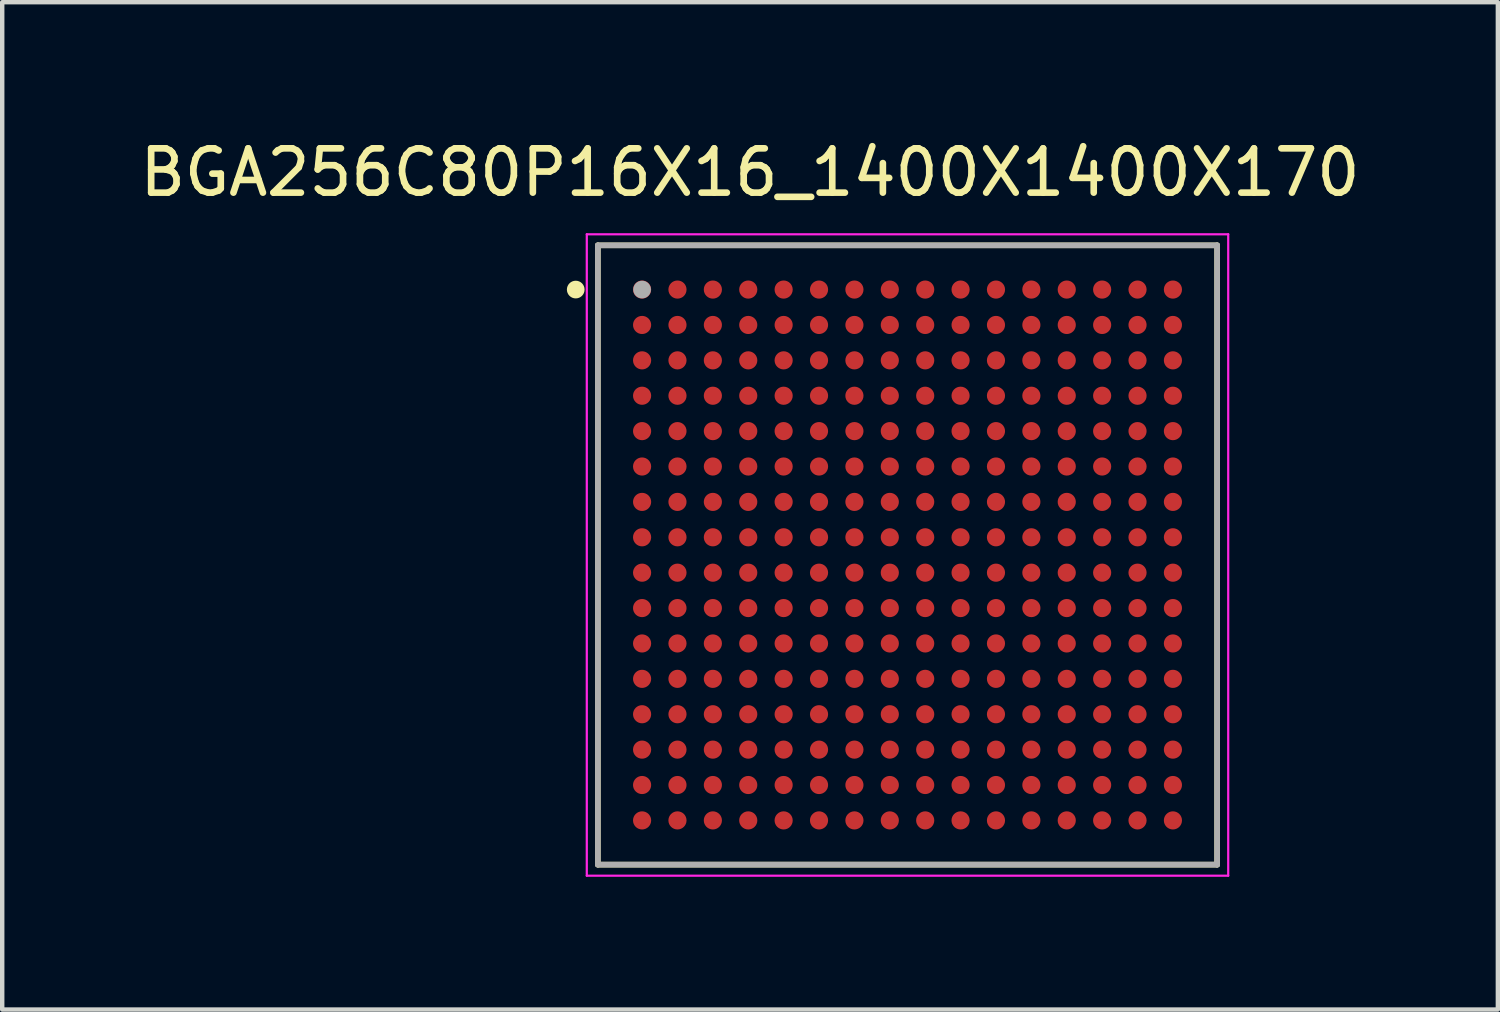
<source format=kicad_pcb>
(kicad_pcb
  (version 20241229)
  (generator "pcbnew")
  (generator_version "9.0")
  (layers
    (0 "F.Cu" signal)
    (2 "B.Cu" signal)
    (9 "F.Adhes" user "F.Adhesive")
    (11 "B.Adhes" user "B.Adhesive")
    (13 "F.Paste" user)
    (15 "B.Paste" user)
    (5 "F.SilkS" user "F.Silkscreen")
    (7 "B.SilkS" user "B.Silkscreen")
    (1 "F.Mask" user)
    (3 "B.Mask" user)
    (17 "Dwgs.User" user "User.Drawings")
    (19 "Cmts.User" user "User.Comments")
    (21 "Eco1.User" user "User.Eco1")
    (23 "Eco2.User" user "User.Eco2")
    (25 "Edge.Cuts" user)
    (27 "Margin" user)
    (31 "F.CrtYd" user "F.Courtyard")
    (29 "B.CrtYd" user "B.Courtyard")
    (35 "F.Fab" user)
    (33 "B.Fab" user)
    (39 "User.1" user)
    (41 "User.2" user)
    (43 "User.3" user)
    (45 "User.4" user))
  (footprint "BGA256C80P16X16_1400X1400X170"
    (layer "F.Cu")
    (at 17.465 9.496)
    (property "Reference" "BGA256C80P16X16_1400X1400X170" (at -3.56 -8.647 0) (layer "F.SilkS") (effects (font (size 1.001 1.001) (thickness 0.15))))
    (attr smd)
    (fp_line (start -7 7) (end -7 -7) (stroke (width 0.127) (type solid)) (layer "F.SilkS"))
    (fp_line (start 7 -7) (end -7 -7) (stroke (width 0.127) (type solid)) (layer "F.SilkS"))
    (fp_line (start 7 7) (end -7 7) (stroke (width 0.127) (type solid)) (layer "F.SilkS"))
    (fp_line (start 7 7) (end 7 -7) (stroke (width 0.127) (type solid)) (layer "F.SilkS"))
    (fp_circle (center -7.5 -6) (end -7.4 -6) (stroke (width 0.2) (type solid)) (fill no) (layer "F.SilkS"))
    (fp_line (start -7.25 -7.25) (end 7.25 -7.25) (stroke (width 0.05) (type solid)) (layer "F.CrtYd"))
    (fp_line (start -7.25 7.25) (end -7.25 -7.25) (stroke (width 0.05) (type solid)) (layer "F.CrtYd"))
    (fp_line (start -7.25 7.25) (end 7.25 7.25) (stroke (width 0.05) (type solid)) (layer "F.CrtYd"))
    (fp_line (start 7.25 7.25) (end 7.25 -7.25) (stroke (width 0.05) (type solid)) (layer "F.CrtYd"))
    (fp_line (start -7 7) (end -7 -7) (stroke (width 0.127) (type solid)) (layer "F.Fab"))
    (fp_line (start 7 -7) (end -7 -7) (stroke (width 0.127) (type solid)) (layer "F.Fab"))
    (fp_line (start 7 7) (end -7 7) (stroke (width 0.127) (type solid)) (layer "F.Fab"))
    (fp_line (start 7 7) (end 7 -7) (stroke (width 0.127) (type solid)) (layer "F.Fab"))
    (fp_circle (center -6 -6) (end -5.9 -6) (stroke (width 0.2) (type solid)) (fill no) (layer "F.Fab"))
    (pad "A1" smd circle (at -6 -6) (size 0.41 0.41) (layers "F.Cu" "F.Mask" "F.Paste"))
    (pad "A2" smd circle (at -5.2 -6) (size 0.41 0.41) (layers "F.Cu" "F.Mask" "F.Paste"))
    (pad "A3" smd circle (at -4.4 -6) (size 0.41 0.41) (layers "F.Cu" "F.Mask" "F.Paste"))
    (pad "A4" smd circle (at -3.6 -6) (size 0.41 0.41) (layers "F.Cu" "F.Mask" "F.Paste"))
    (pad "A5" smd circle (at -2.8 -6) (size 0.41 0.41) (layers "F.Cu" "F.Mask" "F.Paste"))
    (pad "A6" smd circle (at -2 -6) (size 0.41 0.41) (layers "F.Cu" "F.Mask" "F.Paste"))
    (pad "A7" smd circle (at -1.2 -6) (size 0.41 0.41) (layers "F.Cu" "F.Mask" "F.Paste"))
    (pad "A8" smd circle (at -0.4 -6) (size 0.41 0.41) (layers "F.Cu" "F.Mask" "F.Paste"))
    (pad "A9" smd circle (at 0.4 -6) (size 0.41 0.41) (layers "F.Cu" "F.Mask" "F.Paste"))
    (pad "A10" smd circle (at 1.2 -6) (size 0.41 0.41) (layers "F.Cu" "F.Mask" "F.Paste"))
    (pad "A11" smd circle (at 2 -6) (size 0.41 0.41) (layers "F.Cu" "F.Mask" "F.Paste"))
    (pad "A12" smd circle (at 2.8 -6) (size 0.41 0.41) (layers "F.Cu" "F.Mask" "F.Paste"))
    (pad "A13" smd circle (at 3.6 -6) (size 0.41 0.41) (layers "F.Cu" "F.Mask" "F.Paste"))
    (pad "A14" smd circle (at 4.4 -6) (size 0.41 0.41) (layers "F.Cu" "F.Mask" "F.Paste"))
    (pad "A15" smd circle (at 5.2 -6) (size 0.41 0.41) (layers "F.Cu" "F.Mask" "F.Paste"))
    (pad "A16" smd circle (at 6 -6) (size 0.41 0.41) (layers "F.Cu" "F.Mask" "F.Paste"))
    (pad "B1" smd circle (at -6 -5.2) (size 0.41 0.41) (layers "F.Cu" "F.Mask" "F.Paste"))
    (pad "B2" smd circle (at -5.2 -5.2) (size 0.41 0.41) (layers "F.Cu" "F.Mask" "F.Paste"))
    (pad "B3" smd circle (at -4.4 -5.2) (size 0.41 0.41) (layers "F.Cu" "F.Mask" "F.Paste"))
    (pad "B4" smd circle (at -3.6 -5.2) (size 0.41 0.41) (layers "F.Cu" "F.Mask" "F.Paste"))
    (pad "B5" smd circle (at -2.8 -5.2) (size 0.41 0.41) (layers "F.Cu" "F.Mask" "F.Paste"))
    (pad "B6" smd circle (at -2 -5.2) (size 0.41 0.41) (layers "F.Cu" "F.Mask" "F.Paste"))
    (pad "B7" smd circle (at -1.2 -5.2) (size 0.41 0.41) (layers "F.Cu" "F.Mask" "F.Paste"))
    (pad "B8" smd circle (at -0.4 -5.2) (size 0.41 0.41) (layers "F.Cu" "F.Mask" "F.Paste"))
    (pad "B9" smd circle (at 0.4 -5.2) (size 0.41 0.41) (layers "F.Cu" "F.Mask" "F.Paste"))
    (pad "B10" smd circle (at 1.2 -5.2) (size 0.41 0.41) (layers "F.Cu" "F.Mask" "F.Paste"))
    (pad "B11" smd circle (at 2 -5.2) (size 0.41 0.41) (layers "F.Cu" "F.Mask" "F.Paste"))
    (pad "B12" smd circle (at 2.8 -5.2) (size 0.41 0.41) (layers "F.Cu" "F.Mask" "F.Paste"))
    (pad "B13" smd circle (at 3.6 -5.2) (size 0.41 0.41) (layers "F.Cu" "F.Mask" "F.Paste"))
    (pad "B14" smd circle (at 4.4 -5.2) (size 0.41 0.41) (layers "F.Cu" "F.Mask" "F.Paste"))
    (pad "B15" smd circle (at 5.2 -5.2) (size 0.41 0.41) (layers "F.Cu" "F.Mask" "F.Paste"))
    (pad "B16" smd circle (at 6 -5.2) (size 0.41 0.41) (layers "F.Cu" "F.Mask" "F.Paste"))
    (pad "C1" smd circle (at -6 -4.4) (size 0.41 0.41) (layers "F.Cu" "F.Mask" "F.Paste"))
    (pad "C2" smd circle (at -5.2 -4.4) (size 0.41 0.41) (layers "F.Cu" "F.Mask" "F.Paste"))
    (pad "C3" smd circle (at -4.4 -4.4) (size 0.41 0.41) (layers "F.Cu" "F.Mask" "F.Paste"))
    (pad "C4" smd circle (at -3.6 -4.4) (size 0.41 0.41) (layers "F.Cu" "F.Mask" "F.Paste"))
    (pad "C5" smd circle (at -2.8 -4.4) (size 0.41 0.41) (layers "F.Cu" "F.Mask" "F.Paste"))
    (pad "C6" smd circle (at -2 -4.4) (size 0.41 0.41) (layers "F.Cu" "F.Mask" "F.Paste"))
    (pad "C7" smd circle (at -1.2 -4.4) (size 0.41 0.41) (layers "F.Cu" "F.Mask" "F.Paste"))
    (pad "C8" smd circle (at -0.4 -4.4) (size 0.41 0.41) (layers "F.Cu" "F.Mask" "F.Paste"))
    (pad "C9" smd circle (at 0.4 -4.4) (size 0.41 0.41) (layers "F.Cu" "F.Mask" "F.Paste"))
    (pad "C10" smd circle (at 1.2 -4.4) (size 0.41 0.41) (layers "F.Cu" "F.Mask" "F.Paste"))
    (pad "C11" smd circle (at 2 -4.4) (size 0.41 0.41) (layers "F.Cu" "F.Mask" "F.Paste"))
    (pad "C12" smd circle (at 2.8 -4.4) (size 0.41 0.41) (layers "F.Cu" "F.Mask" "F.Paste"))
    (pad "C13" smd circle (at 3.6 -4.4) (size 0.41 0.41) (layers "F.Cu" "F.Mask" "F.Paste"))
    (pad "C14" smd circle (at 4.4 -4.4) (size 0.41 0.41) (layers "F.Cu" "F.Mask" "F.Paste"))
    (pad "C15" smd circle (at 5.2 -4.4) (size 0.41 0.41) (layers "F.Cu" "F.Mask" "F.Paste"))
    (pad "C16" smd circle (at 6 -4.4) (size 0.41 0.41) (layers "F.Cu" "F.Mask" "F.Paste"))
    (pad "D1" smd circle (at -6 -3.6) (size 0.41 0.41) (layers "F.Cu" "F.Mask" "F.Paste"))
    (pad "D2" smd circle (at -5.2 -3.6) (size 0.41 0.41) (layers "F.Cu" "F.Mask" "F.Paste"))
    (pad "D3" smd circle (at -4.4 -3.6) (size 0.41 0.41) (layers "F.Cu" "F.Mask" "F.Paste"))
    (pad "D4" smd circle (at -3.6 -3.6) (size 0.41 0.41) (layers "F.Cu" "F.Mask" "F.Paste"))
    (pad "D5" smd circle (at -2.8 -3.6) (size 0.41 0.41) (layers "F.Cu" "F.Mask" "F.Paste"))
    (pad "D6" smd circle (at -2 -3.6) (size 0.41 0.41) (layers "F.Cu" "F.Mask" "F.Paste"))
    (pad "D7" smd circle (at -1.2 -3.6) (size 0.41 0.41) (layers "F.Cu" "F.Mask" "F.Paste"))
    (pad "D8" smd circle (at -0.4 -3.6) (size 0.41 0.41) (layers "F.Cu" "F.Mask" "F.Paste"))
    (pad "D9" smd circle (at 0.4 -3.6) (size 0.41 0.41) (layers "F.Cu" "F.Mask" "F.Paste"))
    (pad "D10" smd circle (at 1.2 -3.6) (size 0.41 0.41) (layers "F.Cu" "F.Mask" "F.Paste"))
    (pad "D11" smd circle (at 2 -3.6) (size 0.41 0.41) (layers "F.Cu" "F.Mask" "F.Paste"))
    (pad "D12" smd circle (at 2.8 -3.6) (size 0.41 0.41) (layers "F.Cu" "F.Mask" "F.Paste"))
    (pad "D13" smd circle (at 3.6 -3.6) (size 0.41 0.41) (layers "F.Cu" "F.Mask" "F.Paste"))
    (pad "D14" smd circle (at 4.4 -3.6) (size 0.41 0.41) (layers "F.Cu" "F.Mask" "F.Paste"))
    (pad "D15" smd circle (at 5.2 -3.6) (size 0.41 0.41) (layers "F.Cu" "F.Mask" "F.Paste"))
    (pad "D16" smd circle (at 6 -3.6) (size 0.41 0.41) (layers "F.Cu" "F.Mask" "F.Paste"))
    (pad "E1" smd circle (at -6 -2.8) (size 0.41 0.41) (layers "F.Cu" "F.Mask" "F.Paste"))
    (pad "E2" smd circle (at -5.2 -2.8) (size 0.41 0.41) (layers "F.Cu" "F.Mask" "F.Paste"))
    (pad "E3" smd circle (at -4.4 -2.8) (size 0.41 0.41) (layers "F.Cu" "F.Mask" "F.Paste"))
    (pad "E4" smd circle (at -3.6 -2.8) (size 0.41 0.41) (layers "F.Cu" "F.Mask" "F.Paste"))
    (pad "E5" smd circle (at -2.8 -2.8) (size 0.41 0.41) (layers "F.Cu" "F.Mask" "F.Paste"))
    (pad "E6" smd circle (at -2 -2.8) (size 0.41 0.41) (layers "F.Cu" "F.Mask" "F.Paste"))
    (pad "E7" smd circle (at -1.2 -2.8) (size 0.41 0.41) (layers "F.Cu" "F.Mask" "F.Paste"))
    (pad "E8" smd circle (at -0.4 -2.8) (size 0.41 0.41) (layers "F.Cu" "F.Mask" "F.Paste"))
    (pad "E9" smd circle (at 0.4 -2.8) (size 0.41 0.41) (layers "F.Cu" "F.Mask" "F.Paste"))
    (pad "E10" smd circle (at 1.2 -2.8) (size 0.41 0.41) (layers "F.Cu" "F.Mask" "F.Paste"))
    (pad "E11" smd circle (at 2 -2.8) (size 0.41 0.41) (layers "F.Cu" "F.Mask" "F.Paste"))
    (pad "E12" smd circle (at 2.8 -2.8) (size 0.41 0.41) (layers "F.Cu" "F.Mask" "F.Paste"))
    (pad "E13" smd circle (at 3.6 -2.8) (size 0.41 0.41) (layers "F.Cu" "F.Mask" "F.Paste"))
    (pad "E14" smd circle (at 4.4 -2.8) (size 0.41 0.41) (layers "F.Cu" "F.Mask" "F.Paste"))
    (pad "E15" smd circle (at 5.2 -2.8) (size 0.41 0.41) (layers "F.Cu" "F.Mask" "F.Paste"))
    (pad "E16" smd circle (at 6 -2.8) (size 0.41 0.41) (layers "F.Cu" "F.Mask" "F.Paste"))
    (pad "F1" smd circle (at -6 -2) (size 0.41 0.41) (layers "F.Cu" "F.Mask" "F.Paste"))
    (pad "F2" smd circle (at -5.2 -2) (size 0.41 0.41) (layers "F.Cu" "F.Mask" "F.Paste"))
    (pad "F3" smd circle (at -4.4 -2) (size 0.41 0.41) (layers "F.Cu" "F.Mask" "F.Paste"))
    (pad "F4" smd circle (at -3.6 -2) (size 0.41 0.41) (layers "F.Cu" "F.Mask" "F.Paste"))
    (pad "F5" smd circle (at -2.8 -2) (size 0.41 0.41) (layers "F.Cu" "F.Mask" "F.Paste"))
    (pad "F6" smd circle (at -2 -2) (size 0.41 0.41) (layers "F.Cu" "F.Mask" "F.Paste"))
    (pad "F7" smd circle (at -1.2 -2) (size 0.41 0.41) (layers "F.Cu" "F.Mask" "F.Paste"))
    (pad "F8" smd circle (at -0.4 -2) (size 0.41 0.41) (layers "F.Cu" "F.Mask" "F.Paste"))
    (pad "F9" smd circle (at 0.4 -2) (size 0.41 0.41) (layers "F.Cu" "F.Mask" "F.Paste"))
    (pad "F10" smd circle (at 1.2 -2) (size 0.41 0.41) (layers "F.Cu" "F.Mask" "F.Paste"))
    (pad "F11" smd circle (at 2 -2) (size 0.41 0.41) (layers "F.Cu" "F.Mask" "F.Paste"))
    (pad "F12" smd circle (at 2.8 -2) (size 0.41 0.41) (layers "F.Cu" "F.Mask" "F.Paste"))
    (pad "F13" smd circle (at 3.6 -2) (size 0.41 0.41) (layers "F.Cu" "F.Mask" "F.Paste"))
    (pad "F14" smd circle (at 4.4 -2) (size 0.41 0.41) (layers "F.Cu" "F.Mask" "F.Paste"))
    (pad "F15" smd circle (at 5.2 -2) (size 0.41 0.41) (layers "F.Cu" "F.Mask" "F.Paste"))
    (pad "F16" smd circle (at 6 -2) (size 0.41 0.41) (layers "F.Cu" "F.Mask" "F.Paste"))
    (pad "G1" smd circle (at -6 -1.2) (size 0.41 0.41) (layers "F.Cu" "F.Mask" "F.Paste"))
    (pad "G2" smd circle (at -5.2 -1.2) (size 0.41 0.41) (layers "F.Cu" "F.Mask" "F.Paste"))
    (pad "G3" smd circle (at -4.4 -1.2) (size 0.41 0.41) (layers "F.Cu" "F.Mask" "F.Paste"))
    (pad "G4" smd circle (at -3.6 -1.2) (size 0.41 0.41) (layers "F.Cu" "F.Mask" "F.Paste"))
    (pad "G5" smd circle (at -2.8 -1.2) (size 0.41 0.41) (layers "F.Cu" "F.Mask" "F.Paste"))
    (pad "G6" smd circle (at -2 -1.2) (size 0.41 0.41) (layers "F.Cu" "F.Mask" "F.Paste"))
    (pad "G7" smd circle (at -1.2 -1.2) (size 0.41 0.41) (layers "F.Cu" "F.Mask" "F.Paste"))
    (pad "G8" smd circle (at -0.4 -1.2) (size 0.41 0.41) (layers "F.Cu" "F.Mask" "F.Paste"))
    (pad "G9" smd circle (at 0.4 -1.2) (size 0.41 0.41) (layers "F.Cu" "F.Mask" "F.Paste"))
    (pad "G10" smd circle (at 1.2 -1.2) (size 0.41 0.41) (layers "F.Cu" "F.Mask" "F.Paste"))
    (pad "G11" smd circle (at 2 -1.2) (size 0.41 0.41) (layers "F.Cu" "F.Mask" "F.Paste"))
    (pad "G12" smd circle (at 2.8 -1.2) (size 0.41 0.41) (layers "F.Cu" "F.Mask" "F.Paste"))
    (pad "G13" smd circle (at 3.6 -1.2) (size 0.41 0.41) (layers "F.Cu" "F.Mask" "F.Paste"))
    (pad "G14" smd circle (at 4.4 -1.2) (size 0.41 0.41) (layers "F.Cu" "F.Mask" "F.Paste"))
    (pad "G15" smd circle (at 5.2 -1.2) (size 0.41 0.41) (layers "F.Cu" "F.Mask" "F.Paste"))
    (pad "G16" smd circle (at 6 -1.2) (size 0.41 0.41) (layers "F.Cu" "F.Mask" "F.Paste"))
    (pad "H1" smd circle (at -6 -0.4) (size 0.41 0.41) (layers "F.Cu" "F.Mask" "F.Paste"))
    (pad "H2" smd circle (at -5.2 -0.4) (size 0.41 0.41) (layers "F.Cu" "F.Mask" "F.Paste"))
    (pad "H3" smd circle (at -4.4 -0.4) (size 0.41 0.41) (layers "F.Cu" "F.Mask" "F.Paste"))
    (pad "H4" smd circle (at -3.6 -0.4) (size 0.41 0.41) (layers "F.Cu" "F.Mask" "F.Paste"))
    (pad "H5" smd circle (at -2.8 -0.4) (size 0.41 0.41) (layers "F.Cu" "F.Mask" "F.Paste"))
    (pad "H6" smd circle (at -2 -0.4) (size 0.41 0.41) (layers "F.Cu" "F.Mask" "F.Paste"))
    (pad "H7" smd circle (at -1.2 -0.4) (size 0.41 0.41) (layers "F.Cu" "F.Mask" "F.Paste"))
    (pad "H8" smd circle (at -0.4 -0.4) (size 0.41 0.41) (layers "F.Cu" "F.Mask" "F.Paste"))
    (pad "H9" smd circle (at 0.4 -0.4) (size 0.41 0.41) (layers "F.Cu" "F.Mask" "F.Paste"))
    (pad "H10" smd circle (at 1.2 -0.4) (size 0.41 0.41) (layers "F.Cu" "F.Mask" "F.Paste"))
    (pad "H11" smd circle (at 2 -0.4) (size 0.41 0.41) (layers "F.Cu" "F.Mask" "F.Paste"))
    (pad "H12" smd circle (at 2.8 -0.4) (size 0.41 0.41) (layers "F.Cu" "F.Mask" "F.Paste"))
    (pad "H13" smd circle (at 3.6 -0.4) (size 0.41 0.41) (layers "F.Cu" "F.Mask" "F.Paste"))
    (pad "H14" smd circle (at 4.4 -0.4) (size 0.41 0.41) (layers "F.Cu" "F.Mask" "F.Paste"))
    (pad "H15" smd circle (at 5.2 -0.4) (size 0.41 0.41) (layers "F.Cu" "F.Mask" "F.Paste"))
    (pad "H16" smd circle (at 6 -0.4) (size 0.41 0.41) (layers "F.Cu" "F.Mask" "F.Paste"))
    (pad "J1" smd circle (at -6 0.4) (size 0.41 0.41) (layers "F.Cu" "F.Mask" "F.Paste"))
    (pad "J2" smd circle (at -5.2 0.4) (size 0.41 0.41) (layers "F.Cu" "F.Mask" "F.Paste"))
    (pad "J3" smd circle (at -4.4 0.4) (size 0.41 0.41) (layers "F.Cu" "F.Mask" "F.Paste"))
    (pad "J4" smd circle (at -3.6 0.4) (size 0.41 0.41) (layers "F.Cu" "F.Mask" "F.Paste"))
    (pad "J5" smd circle (at -2.8 0.4) (size 0.41 0.41) (layers "F.Cu" "F.Mask" "F.Paste"))
    (pad "J6" smd circle (at -2 0.4) (size 0.41 0.41) (layers "F.Cu" "F.Mask" "F.Paste"))
    (pad "J7" smd circle (at -1.2 0.4) (size 0.41 0.41) (layers "F.Cu" "F.Mask" "F.Paste"))
    (pad "J8" smd circle (at -0.4 0.4) (size 0.41 0.41) (layers "F.Cu" "F.Mask" "F.Paste"))
    (pad "J9" smd circle (at 0.4 0.4) (size 0.41 0.41) (layers "F.Cu" "F.Mask" "F.Paste"))
    (pad "J10" smd circle (at 1.2 0.4) (size 0.41 0.41) (layers "F.Cu" "F.Mask" "F.Paste"))
    (pad "J11" smd circle (at 2 0.4) (size 0.41 0.41) (layers "F.Cu" "F.Mask" "F.Paste"))
    (pad "J12" smd circle (at 2.8 0.4) (size 0.41 0.41) (layers "F.Cu" "F.Mask" "F.Paste"))
    (pad "J13" smd circle (at 3.6 0.4) (size 0.41 0.41) (layers "F.Cu" "F.Mask" "F.Paste"))
    (pad "J14" smd circle (at 4.4 0.4) (size 0.41 0.41) (layers "F.Cu" "F.Mask" "F.Paste"))
    (pad "J15" smd circle (at 5.2 0.4) (size 0.41 0.41) (layers "F.Cu" "F.Mask" "F.Paste"))
    (pad "J16" smd circle (at 6 0.4) (size 0.41 0.41) (layers "F.Cu" "F.Mask" "F.Paste"))
    (pad "K1" smd circle (at -6 1.2) (size 0.41 0.41) (layers "F.Cu" "F.Mask" "F.Paste"))
    (pad "K2" smd circle (at -5.2 1.2) (size 0.41 0.41) (layers "F.Cu" "F.Mask" "F.Paste"))
    (pad "K3" smd circle (at -4.4 1.2) (size 0.41 0.41) (layers "F.Cu" "F.Mask" "F.Paste"))
    (pad "K4" smd circle (at -3.6 1.2) (size 0.41 0.41) (layers "F.Cu" "F.Mask" "F.Paste"))
    (pad "K5" smd circle (at -2.8 1.2) (size 0.41 0.41) (layers "F.Cu" "F.Mask" "F.Paste"))
    (pad "K6" smd circle (at -2 1.2) (size 0.41 0.41) (layers "F.Cu" "F.Mask" "F.Paste"))
    (pad "K7" smd circle (at -1.2 1.2) (size 0.41 0.41) (layers "F.Cu" "F.Mask" "F.Paste"))
    (pad "K8" smd circle (at -0.4 1.2) (size 0.41 0.41) (layers "F.Cu" "F.Mask" "F.Paste"))
    (pad "K9" smd circle (at 0.4 1.2) (size 0.41 0.41) (layers "F.Cu" "F.Mask" "F.Paste"))
    (pad "K10" smd circle (at 1.2 1.2) (size 0.41 0.41) (layers "F.Cu" "F.Mask" "F.Paste"))
    (pad "K11" smd circle (at 2 1.2) (size 0.41 0.41) (layers "F.Cu" "F.Mask" "F.Paste"))
    (pad "K12" smd circle (at 2.8 1.2) (size 0.41 0.41) (layers "F.Cu" "F.Mask" "F.Paste"))
    (pad "K13" smd circle (at 3.6 1.2) (size 0.41 0.41) (layers "F.Cu" "F.Mask" "F.Paste"))
    (pad "K14" smd circle (at 4.4 1.2) (size 0.41 0.41) (layers "F.Cu" "F.Mask" "F.Paste"))
    (pad "K15" smd circle (at 5.2 1.2) (size 0.41 0.41) (layers "F.Cu" "F.Mask" "F.Paste"))
    (pad "K16" smd circle (at 6 1.2) (size 0.41 0.41) (layers "F.Cu" "F.Mask" "F.Paste"))
    (pad "L1" smd circle (at -6 2) (size 0.41 0.41) (layers "F.Cu" "F.Mask" "F.Paste"))
    (pad "L2" smd circle (at -5.2 2) (size 0.41 0.41) (layers "F.Cu" "F.Mask" "F.Paste"))
    (pad "L3" smd circle (at -4.4 2) (size 0.41 0.41) (layers "F.Cu" "F.Mask" "F.Paste"))
    (pad "L4" smd circle (at -3.6 2) (size 0.41 0.41) (layers "F.Cu" "F.Mask" "F.Paste"))
    (pad "L5" smd circle (at -2.8 2) (size 0.41 0.41) (layers "F.Cu" "F.Mask" "F.Paste"))
    (pad "L6" smd circle (at -2 2) (size 0.41 0.41) (layers "F.Cu" "F.Mask" "F.Paste"))
    (pad "L7" smd circle (at -1.2 2) (size 0.41 0.41) (layers "F.Cu" "F.Mask" "F.Paste"))
    (pad "L8" smd circle (at -0.4 2) (size 0.41 0.41) (layers "F.Cu" "F.Mask" "F.Paste"))
    (pad "L9" smd circle (at 0.4 2) (size 0.41 0.41) (layers "F.Cu" "F.Mask" "F.Paste"))
    (pad "L10" smd circle (at 1.2 2) (size 0.41 0.41) (layers "F.Cu" "F.Mask" "F.Paste"))
    (pad "L11" smd circle (at 2 2) (size 0.41 0.41) (layers "F.Cu" "F.Mask" "F.Paste"))
    (pad "L12" smd circle (at 2.8 2) (size 0.41 0.41) (layers "F.Cu" "F.Mask" "F.Paste"))
    (pad "L13" smd circle (at 3.6 2) (size 0.41 0.41) (layers "F.Cu" "F.Mask" "F.Paste"))
    (pad "L14" smd circle (at 4.4 2) (size 0.41 0.41) (layers "F.Cu" "F.Mask" "F.Paste"))
    (pad "L15" smd circle (at 5.2 2) (size 0.41 0.41) (layers "F.Cu" "F.Mask" "F.Paste"))
    (pad "L16" smd circle (at 6 2) (size 0.41 0.41) (layers "F.Cu" "F.Mask" "F.Paste"))
    (pad "M1" smd circle (at -6 2.8) (size 0.41 0.41) (layers "F.Cu" "F.Mask" "F.Paste"))
    (pad "M2" smd circle (at -5.2 2.8) (size 0.41 0.41) (layers "F.Cu" "F.Mask" "F.Paste"))
    (pad "M3" smd circle (at -4.4 2.8) (size 0.41 0.41) (layers "F.Cu" "F.Mask" "F.Paste"))
    (pad "M4" smd circle (at -3.6 2.8) (size 0.41 0.41) (layers "F.Cu" "F.Mask" "F.Paste"))
    (pad "M5" smd circle (at -2.8 2.8) (size 0.41 0.41) (layers "F.Cu" "F.Mask" "F.Paste"))
    (pad "M6" smd circle (at -2 2.8) (size 0.41 0.41) (layers "F.Cu" "F.Mask" "F.Paste"))
    (pad "M7" smd circle (at -1.2 2.8) (size 0.41 0.41) (layers "F.Cu" "F.Mask" "F.Paste"))
    (pad "M8" smd circle (at -0.4 2.8) (size 0.41 0.41) (layers "F.Cu" "F.Mask" "F.Paste"))
    (pad "M9" smd circle (at 0.4 2.8) (size 0.41 0.41) (layers "F.Cu" "F.Mask" "F.Paste"))
    (pad "M10" smd circle (at 1.2 2.8) (size 0.41 0.41) (layers "F.Cu" "F.Mask" "F.Paste"))
    (pad "M11" smd circle (at 2 2.8) (size 0.41 0.41) (layers "F.Cu" "F.Mask" "F.Paste"))
    (pad "M12" smd circle (at 2.8 2.8) (size 0.41 0.41) (layers "F.Cu" "F.Mask" "F.Paste"))
    (pad "M13" smd circle (at 3.6 2.8) (size 0.41 0.41) (layers "F.Cu" "F.Mask" "F.Paste"))
    (pad "M14" smd circle (at 4.4 2.8) (size 0.41 0.41) (layers "F.Cu" "F.Mask" "F.Paste"))
    (pad "M15" smd circle (at 5.2 2.8) (size 0.41 0.41) (layers "F.Cu" "F.Mask" "F.Paste"))
    (pad "M16" smd circle (at 6 2.8) (size 0.41 0.41) (layers "F.Cu" "F.Mask" "F.Paste"))
    (pad "N1" smd circle (at -6 3.6) (size 0.41 0.41) (layers "F.Cu" "F.Mask" "F.Paste"))
    (pad "N2" smd circle (at -5.2 3.6) (size 0.41 0.41) (layers "F.Cu" "F.Mask" "F.Paste"))
    (pad "N3" smd circle (at -4.4 3.6) (size 0.41 0.41) (layers "F.Cu" "F.Mask" "F.Paste"))
    (pad "N4" smd circle (at -3.6 3.6) (size 0.41 0.41) (layers "F.Cu" "F.Mask" "F.Paste"))
    (pad "N5" smd circle (at -2.8 3.6) (size 0.41 0.41) (layers "F.Cu" "F.Mask" "F.Paste"))
    (pad "N6" smd circle (at -2 3.6) (size 0.41 0.41) (layers "F.Cu" "F.Mask" "F.Paste"))
    (pad "N7" smd circle (at -1.2 3.6) (size 0.41 0.41) (layers "F.Cu" "F.Mask" "F.Paste"))
    (pad "N8" smd circle (at -0.4 3.6) (size 0.41 0.41) (layers "F.Cu" "F.Mask" "F.Paste"))
    (pad "N9" smd circle (at 0.4 3.6) (size 0.41 0.41) (layers "F.Cu" "F.Mask" "F.Paste"))
    (pad "N10" smd circle (at 1.2 3.6) (size 0.41 0.41) (layers "F.Cu" "F.Mask" "F.Paste"))
    (pad "N11" smd circle (at 2 3.6) (size 0.41 0.41) (layers "F.Cu" "F.Mask" "F.Paste"))
    (pad "N12" smd circle (at 2.8 3.6) (size 0.41 0.41) (layers "F.Cu" "F.Mask" "F.Paste"))
    (pad "N13" smd circle (at 3.6 3.6) (size 0.41 0.41) (layers "F.Cu" "F.Mask" "F.Paste"))
    (pad "N14" smd circle (at 4.4 3.6) (size 0.41 0.41) (layers "F.Cu" "F.Mask" "F.Paste"))
    (pad "N15" smd circle (at 5.2 3.6) (size 0.41 0.41) (layers "F.Cu" "F.Mask" "F.Paste"))
    (pad "N16" smd circle (at 6 3.6) (size 0.41 0.41) (layers "F.Cu" "F.Mask" "F.Paste"))
    (pad "P1" smd circle (at -6 4.4) (size 0.41 0.41) (layers "F.Cu" "F.Mask" "F.Paste"))
    (pad "P2" smd circle (at -5.2 4.4) (size 0.41 0.41) (layers "F.Cu" "F.Mask" "F.Paste"))
    (pad "P3" smd circle (at -4.4 4.4) (size 0.41 0.41) (layers "F.Cu" "F.Mask" "F.Paste"))
    (pad "P4" smd circle (at -3.6 4.4) (size 0.41 0.41) (layers "F.Cu" "F.Mask" "F.Paste"))
    (pad "P5" smd circle (at -2.8 4.4) (size 0.41 0.41) (layers "F.Cu" "F.Mask" "F.Paste"))
    (pad "P6" smd circle (at -2 4.4) (size 0.41 0.41) (layers "F.Cu" "F.Mask" "F.Paste"))
    (pad "P7" smd circle (at -1.2 4.4) (size 0.41 0.41) (layers "F.Cu" "F.Mask" "F.Paste"))
    (pad "P8" smd circle (at -0.4 4.4) (size 0.41 0.41) (layers "F.Cu" "F.Mask" "F.Paste"))
    (pad "P9" smd circle (at 0.4 4.4) (size 0.41 0.41) (layers "F.Cu" "F.Mask" "F.Paste"))
    (pad "P10" smd circle (at 1.2 4.4) (size 0.41 0.41) (layers "F.Cu" "F.Mask" "F.Paste"))
    (pad "P11" smd circle (at 2 4.4) (size 0.41 0.41) (layers "F.Cu" "F.Mask" "F.Paste"))
    (pad "P12" smd circle (at 2.8 4.4) (size 0.41 0.41) (layers "F.Cu" "F.Mask" "F.Paste"))
    (pad "P13" smd circle (at 3.6 4.4) (size 0.41 0.41) (layers "F.Cu" "F.Mask" "F.Paste"))
    (pad "P14" smd circle (at 4.4 4.4) (size 0.41 0.41) (layers "F.Cu" "F.Mask" "F.Paste"))
    (pad "P15" smd circle (at 5.2 4.4) (size 0.41 0.41) (layers "F.Cu" "F.Mask" "F.Paste"))
    (pad "P16" smd circle (at 6 4.4) (size 0.41 0.41) (layers "F.Cu" "F.Mask" "F.Paste"))
    (pad "R1" smd circle (at -6 5.2) (size 0.41 0.41) (layers "F.Cu" "F.Mask" "F.Paste"))
    (pad "R2" smd circle (at -5.2 5.2) (size 0.41 0.41) (layers "F.Cu" "F.Mask" "F.Paste"))
    (pad "R3" smd circle (at -4.4 5.2) (size 0.41 0.41) (layers "F.Cu" "F.Mask" "F.Paste"))
    (pad "R4" smd circle (at -3.6 5.2) (size 0.41 0.41) (layers "F.Cu" "F.Mask" "F.Paste"))
    (pad "R5" smd circle (at -2.8 5.2) (size 0.41 0.41) (layers "F.Cu" "F.Mask" "F.Paste"))
    (pad "R6" smd circle (at -2 5.2) (size 0.41 0.41) (layers "F.Cu" "F.Mask" "F.Paste"))
    (pad "R7" smd circle (at -1.2 5.2) (size 0.41 0.41) (layers "F.Cu" "F.Mask" "F.Paste"))
    (pad "R8" smd circle (at -0.4 5.2) (size 0.41 0.41) (layers "F.Cu" "F.Mask" "F.Paste"))
    (pad "R9" smd circle (at 0.4 5.2) (size 0.41 0.41) (layers "F.Cu" "F.Mask" "F.Paste"))
    (pad "R10" smd circle (at 1.2 5.2) (size 0.41 0.41) (layers "F.Cu" "F.Mask" "F.Paste"))
    (pad "R11" smd circle (at 2 5.2) (size 0.41 0.41) (layers "F.Cu" "F.Mask" "F.Paste"))
    (pad "R12" smd circle (at 2.8 5.2) (size 0.41 0.41) (layers "F.Cu" "F.Mask" "F.Paste"))
    (pad "R13" smd circle (at 3.6 5.2) (size 0.41 0.41) (layers "F.Cu" "F.Mask" "F.Paste"))
    (pad "R14" smd circle (at 4.4 5.2) (size 0.41 0.41) (layers "F.Cu" "F.Mask" "F.Paste"))
    (pad "R15" smd circle (at 5.2 5.2) (size 0.41 0.41) (layers "F.Cu" "F.Mask" "F.Paste"))
    (pad "R16" smd circle (at 6 5.2) (size 0.41 0.41) (layers "F.Cu" "F.Mask" "F.Paste"))
    (pad "T1" smd circle (at -6 6) (size 0.41 0.41) (layers "F.Cu" "F.Mask" "F.Paste"))
    (pad "T2" smd circle (at -5.2 6) (size 0.41 0.41) (layers "F.Cu" "F.Mask" "F.Paste"))
    (pad "T3" smd circle (at -4.4 6) (size 0.41 0.41) (layers "F.Cu" "F.Mask" "F.Paste"))
    (pad "T4" smd circle (at -3.6 6) (size 0.41 0.41) (layers "F.Cu" "F.Mask" "F.Paste"))
    (pad "T5" smd circle (at -2.8 6) (size 0.41 0.41) (layers "F.Cu" "F.Mask" "F.Paste"))
    (pad "T6" smd circle (at -2 6) (size 0.41 0.41) (layers "F.Cu" "F.Mask" "F.Paste"))
    (pad "T7" smd circle (at -1.2 6) (size 0.41 0.41) (layers "F.Cu" "F.Mask" "F.Paste"))
    (pad "T8" smd circle (at -0.4 6) (size 0.41 0.41) (layers "F.Cu" "F.Mask" "F.Paste"))
    (pad "T9" smd circle (at 0.4 6) (size 0.41 0.41) (layers "F.Cu" "F.Mask" "F.Paste"))
    (pad "T10" smd circle (at 1.2 6) (size 0.41 0.41) (layers "F.Cu" "F.Mask" "F.Paste"))
    (pad "T11" smd circle (at 2 6) (size 0.41 0.41) (layers "F.Cu" "F.Mask" "F.Paste"))
    (pad "T12" smd circle (at 2.8 6) (size 0.41 0.41) (layers "F.Cu" "F.Mask" "F.Paste"))
    (pad "T13" smd circle (at 3.6 6) (size 0.41 0.41) (layers "F.Cu" "F.Mask" "F.Paste"))
    (pad "T14" smd circle (at 4.4 6) (size 0.41 0.41) (layers "F.Cu" "F.Mask" "F.Paste"))
    (pad "T15" smd circle (at 5.2 6) (size 0.41 0.41) (layers "F.Cu" "F.Mask" "F.Paste"))
    (pad "T16" smd circle (at 6 6) (size 0.41 0.41) (layers "F.Cu" "F.Mask" "F.Paste")))
  (gr_rect
    (start -3 -3)
    (end 30.811 19.771)
    (stroke (width 0.1) (type default))
    (fill no)
    (layer "Edge.Cuts")))
</source>
